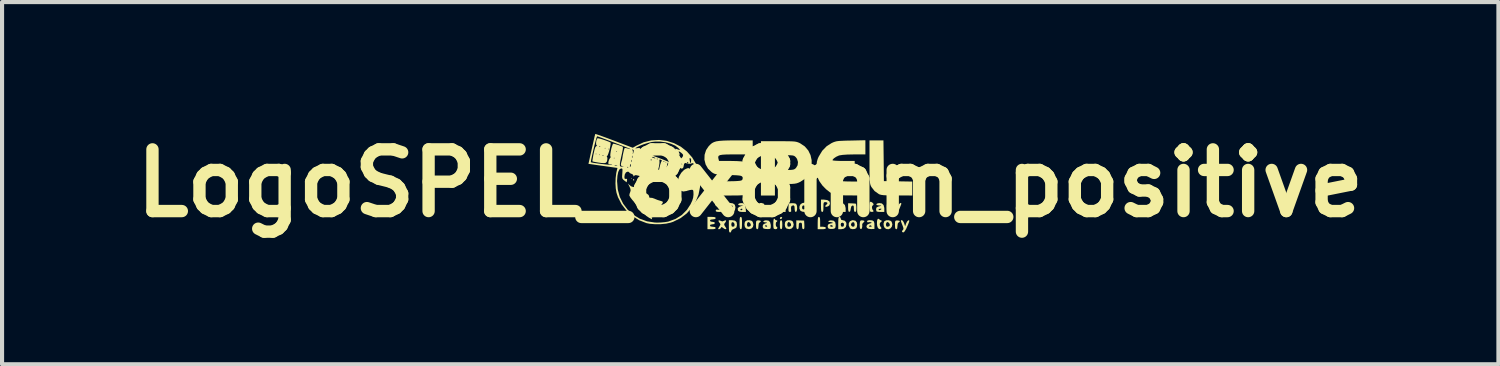
<source format=kicad_pcb>
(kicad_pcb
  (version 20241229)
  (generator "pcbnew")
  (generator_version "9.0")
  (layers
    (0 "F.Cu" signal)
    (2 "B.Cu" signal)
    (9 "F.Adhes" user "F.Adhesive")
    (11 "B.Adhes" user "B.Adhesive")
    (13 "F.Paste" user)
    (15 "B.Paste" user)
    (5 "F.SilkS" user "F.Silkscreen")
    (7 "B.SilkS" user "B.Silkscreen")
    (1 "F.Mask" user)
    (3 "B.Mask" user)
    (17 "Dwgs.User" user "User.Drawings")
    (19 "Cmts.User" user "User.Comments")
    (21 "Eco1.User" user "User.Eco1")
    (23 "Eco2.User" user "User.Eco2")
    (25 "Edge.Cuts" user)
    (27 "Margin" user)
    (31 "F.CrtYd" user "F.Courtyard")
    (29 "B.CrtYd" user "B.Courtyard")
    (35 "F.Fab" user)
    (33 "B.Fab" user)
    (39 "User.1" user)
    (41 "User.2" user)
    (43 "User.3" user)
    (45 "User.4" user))
  (footprint "LogoSPEL_8x8mm_positive"
    (layer "F.Cu")
    (at 15.193 1.404)
    (property "Reference" "LogoSPEL_8x8mm_positive" (at 0 0 0) (layer "F.SilkS") (effects (font (size 1.5 1.5) (thickness 0.3))))
    (attr board_only exclude_from_pos_files exclude_from_bom)
    (fp_poly (pts (xy -2.88 -0.11) (xy -2.89 -0.1) (xy -2.9 -0.11) (xy -2.89 -0.12)) (stroke (width 0) (type solid)) (fill yes) (layer "F.SilkS"))
    (fp_poly (pts (xy -2.42 -0.85) (xy -2.43 -0.84) (xy -2.44 -0.85) (xy -2.43 -0.86)) (stroke (width 0) (type solid)) (fill yes) (layer "F.SilkS"))
    (fp_poly (pts (xy -1.78 -0.55) (xy -1.79 -0.54) (xy -1.8 -0.55) (xy -1.79 -0.56)) (stroke (width 0) (type solid)) (fill yes) (layer "F.SilkS"))
    (fp_poly (pts (xy -1.76 -0.63) (xy -1.77 -0.62) (xy -1.78 -0.63) (xy -1.77 -0.64)) (stroke (width 0) (type solid)) (fill yes) (layer "F.SilkS"))
    (fp_poly (pts (xy 0.775 0.832) (xy 0.775 0.844) (xy 0.756 0.87) (xy 0.732 0.874) (xy 0.72 0.852) (xy 0.736 0.824) (xy 0.752 0.82)) (stroke (width 0) (type solid)) (fill yes) (layer "F.SilkS"))
    (fp_poly (pts (xy -2.821 -0.085) (xy -2.82 -0.08) (xy -2.827 -0.061) (xy -2.829 -0.06) (xy -2.846 -0.074) (xy -2.85 -0.08) (xy -2.848 -0.098) (xy -2.841 -0.1)) (stroke (width 0) (type solid)) (fill yes) (layer "F.SilkS"))
    (fp_poly (pts (xy -2.721 -0.025) (xy -2.72 -0.02) (xy -2.727 -0.001) (xy -2.729 0) (xy -2.746 -0.014) (xy -2.75 -0.02) (xy -2.748 -0.038) (xy -2.741 -0.04)) (stroke (width 0) (type solid)) (fill yes) (layer "F.SilkS"))
    (fp_poly (pts (xy -2.461 -0.805) (xy -2.46 -0.8) (xy -2.476 -0.782) (xy -2.491 -0.78) (xy -2.512 -0.79) (xy -2.51 -0.8) (xy -2.484 -0.819) (xy -2.479 -0.82)) (stroke (width 0) (type solid)) (fill yes) (layer "F.SilkS"))
    (fp_poly (pts (xy 0.768 0.91) (xy 0.777 0.945) (xy 0.78 1.01) (xy 0.777 1.076) (xy 0.768 1.11) (xy 0.75 1.12) (xy 0.732 1.11) (xy 0.723 1.075) (xy 0.72 1.01) (xy 0.723 0.944) (xy 0.732 0.91) (xy 0.75 0.9)) (stroke (width 0) (type solid)) (fill yes) (layer "F.SilkS"))
    (fp_poly (pts (xy -2.274 -0.776) (xy -2.246 -0.749) (xy -2.24 -0.732) (xy -2.257 -0.705) (xy -2.28 -0.694) (xy -2.308 -0.692) (xy -2.311 -0.715) (xy -2.308 -0.732) (xy -2.306 -0.771) (xy -2.321 -0.78) (xy -2.338 -0.787) (xy -2.335 -0.792) (xy -2.31 -0.793)) (stroke (width 0) (type solid)) (fill yes) (layer "F.SilkS"))
    (fp_poly (pts (xy 2.025 0.405) (xy 2.041 0.43) (xy 2.051 0.492) (xy 2.056 0.557) (xy 2.058 0.633) (xy 2.054 0.677) (xy 2.044 0.696) (xy 2.031 0.7) (xy 2.015 0.693) (xy 2.005 0.666) (xy 2.001 0.613) (xy 2 0.548) (xy 2.002 0.467) (xy 2.008 0.421) (xy 2.019 0.405)) (stroke (width 0) (type solid)) (fill yes) (layer "F.SilkS"))
    (fp_poly (pts (xy -0.214 0.828) (xy -0.205 0.856) (xy -0.201 0.912) (xy -0.2 0.97) (xy -0.202 1.049) (xy -0.207 1.096) (xy -0.218 1.117) (xy -0.23 1.12) (xy -0.246 1.112) (xy -0.255 1.084) (xy -0.259 1.028) (xy -0.26 0.97) (xy -0.258 0.891) (xy -0.253 0.844) (xy -0.242 0.823) (xy -0.23 0.82)) (stroke (width 0) (type solid)) (fill yes) (layer "F.SilkS"))
    (fp_poly (pts (xy 0.245 0.911) (xy 0.26 0.927) (xy 0.241 0.948) (xy 0.23 0.953) (xy 0.207 0.982) (xy 0.2 1.042) (xy 0.195 1.097) (xy 0.178 1.119) (xy 0.17 1.12) (xy 0.152 1.11) (xy 0.142 1.075) (xy 0.14 1.013) (xy 0.141 0.951) (xy 0.148 0.919) (xy 0.167 0.907) (xy 0.2 0.904)) (stroke (width 0) (type solid)) (fill yes) (layer "F.SilkS"))
    (fp_poly (pts (xy 3.625 0.913) (xy 3.639 0.93) (xy 3.619 0.949) (xy 3.61 0.953) (xy 3.587 0.982) (xy 3.58 1.042) (xy 3.575 1.097) (xy 3.558 1.119) (xy 3.55 1.12) (xy 3.532 1.11) (xy 3.522 1.074) (xy 3.52 1.013) (xy 3.521 0.952) (xy 3.528 0.92) (xy 3.547 0.908) (xy 3.58 0.907)) (stroke (width 0) (type solid)) (fill yes) (layer "F.SilkS"))
    (fp_poly (pts (xy 2.724 0.904) (xy 2.769 0.912) (xy 2.777 0.931) (xy 2.751 0.959) (xy 2.727 0.986) (xy 2.723 0.997) (xy 2.724 1.056) (xy 2.714 1.099) (xy 2.696 1.118) (xy 2.674 1.106) (xy 2.67 1.1) (xy 2.664 1.07) (xy 2.662 1.016) (xy 2.663 0.992) (xy 2.668 0.937) (xy 2.68 0.911) (xy 2.706 0.904)) (stroke (width 0) (type solid)) (fill yes) (layer "F.SilkS"))
    (fp_poly (pts (xy 3.37 0.488) (xy 3.418 0.499) (xy 3.435 0.514) (xy 3.415 0.531) (xy 3.413 0.532) (xy 3.388 0.559) (xy 3.38 0.619) (xy 3.38 0.622) (xy 3.375 0.677) (xy 3.358 0.699) (xy 3.35 0.7) (xy 3.332 0.69) (xy 3.323 0.655) (xy 3.32 0.591) (xy 3.321 0.529) (xy 3.328 0.497) (xy 3.344 0.487)) (stroke (width 0) (type solid)) (fill yes) (layer "F.SilkS"))
    (fp_poly (pts (xy 1.687 0.829) (xy 1.697 0.862) (xy 1.7 0.926) (xy 1.7 0.94) (xy 1.7 1.06) (xy 1.77 1.06) (xy 1.822 1.067) (xy 1.84 1.087) (xy 1.84 1.09) (xy 1.829 1.109) (xy 1.792 1.118) (xy 1.74 1.12) (xy 1.64 1.12) (xy 1.64 0.97) (xy 1.642 0.891) (xy 1.647 0.844) (xy 1.658 0.823) (xy 1.67 0.82)) (stroke (width 0) (type solid)) (fill yes) (layer "F.SilkS"))
    (fp_poly (pts (xy -2.036 -0.906) (xy -1.993 -0.873) (xy -1.97 -0.817) (xy -1.969 -0.813) (xy -1.975 -0.768) (xy -2.007 -0.727) (xy -2.029 -0.71) (xy -2.084 -0.672) (xy -2.118 -0.665) (xy -2.136 -0.691) (xy -2.144 -0.745) (xy -2.154 -0.805) (xy -2.176 -0.839) (xy -2.195 -0.85) (xy -2.234 -0.873) (xy -2.233 -0.889) (xy -2.194 -0.896) (xy -2.185 -0.896) (xy -2.127 -0.899) (xy -2.089 -0.907)) (stroke (width 0) (type solid)) (fill yes) (layer "F.SilkS"))
    (fp_poly (pts (xy 3.135 0.876) (xy 3.16 0.898) (xy 3.172 0.9) (xy 3.197 0.912) (xy 3.194 0.934) (xy 3.177 0.944) (xy 3.153 0.97) (xy 3.148 1.012) (xy 3.163 1.052) (xy 3.17 1.06) (xy 3.19 1.088) (xy 3.189 1.102) (xy 3.159 1.12) (xy 3.123 1.108) (xy 3.101 1.081) (xy 3.086 1.034) (xy 3.081 0.973) (xy 3.084 0.915) (xy 3.097 0.875) (xy 3.104 0.868) (xy 3.129 0.867)) (stroke (width 0) (type solid)) (fill yes) (layer "F.SilkS"))
    (fp_poly (pts (xy 2.97 0.472) (xy 2.995 0.5) (xy 3 0.515) (xy 2.987 0.538) (xy 2.98 0.54) (xy 2.965 0.557) (xy 2.96 0.589) (xy 2.967 0.631) (xy 2.98 0.65) (xy 2.999 0.676) (xy 3 0.681) (xy 2.984 0.696) (xy 2.95 0.699) (xy 2.918 0.69) (xy 2.913 0.687) (xy 2.906 0.66) (xy 2.901 0.608) (xy 2.9 0.547) (xy 2.903 0.492) (xy 2.91 0.458) (xy 2.912 0.455) (xy 2.937 0.453)) (stroke (width 0) (type solid)) (fill yes) (layer "F.SilkS"))
    (fp_poly (pts (xy 0.113 0.493) (xy 0.12 0.51) (xy 0.103 0.534) (xy 0.069 0.54) (xy 0.023 0.553) (xy 0.004 0.584) (xy 0.017 0.62) (xy 0.031 0.633) (xy 0.071 0.651) (xy 0.094 0.651) (xy 0.117 0.658) (xy 0.12 0.671) (xy 0.104 0.692) (xy 0.065 0.7) (xy 0.017 0.693) (xy -0.023 0.673) (xy -0.029 0.669) (xy -0.057 0.616) (xy -0.052 0.558) (xy -0.016 0.512) (xy -0.016 0.511) (xy 0.034 0.487) (xy 0.081 0.481)) (stroke (width 0) (type solid)) (fill yes) (layer "F.SilkS"))
    (fp_poly (pts (xy 1.215 0.907) (xy 1.31 0.91) (xy 1.316 1.015) (xy 1.317 1.078) (xy 1.31 1.11) (xy 1.293 1.12) (xy 1.291 1.12) (xy 1.27 1.108) (xy 1.261 1.067) (xy 1.26 1.04) (xy 1.257 0.988) (xy 1.243 0.965) (xy 1.22 0.96) (xy 1.194 0.967) (xy 1.182 0.994) (xy 1.18 1.04) (xy 1.175 1.096) (xy 1.159 1.119) (xy 1.15 1.12) (xy 1.132 1.11) (xy 1.122 1.075) (xy 1.12 1.012) (xy 1.12 0.904)) (stroke (width 0) (type solid)) (fill yes) (layer "F.SilkS"))
    (fp_poly (pts (xy 0.599 0.875) (xy 0.6 0.88) (xy 0.616 0.898) (xy 0.63 0.9) (xy 0.657 0.911) (xy 0.66 0.92) (xy 0.645 0.939) (xy 0.64 0.94) (xy 0.626 0.957) (xy 0.62 0.999) (xy 0.62 1) (xy 0.626 1.042) (xy 0.64 1.06) (xy 0.64 1.06) (xy 0.658 1.076) (xy 0.66 1.09) (xy 0.644 1.113) (xy 0.61 1.12) (xy 0.576 1.109) (xy 0.573 1.107) (xy 0.565 1.08) (xy 0.561 1.03) (xy 0.561 0.97) (xy 0.564 0.913) (xy 0.572 0.872) (xy 0.58 0.86)) (stroke (width 0) (type solid)) (fill yes) (layer "F.SilkS"))
    (fp_poly (pts (xy 2.465 0.491) (xy 2.521 0.494) (xy 2.559 0.497) (xy 2.565 0.497) (xy 2.574 0.517) (xy 2.579 0.564) (xy 2.58 0.6) (xy 2.577 0.663) (xy 2.566 0.694) (xy 2.55 0.7) (xy 2.529 0.687) (xy 2.521 0.644) (xy 2.52 0.619) (xy 2.517 0.566) (xy 2.505 0.545) (xy 2.485 0.544) (xy 2.458 0.565) (xy 2.444 0.619) (xy 2.444 0.625) (xy 2.432 0.681) (xy 2.409 0.7) (xy 2.409 0.7) (xy 2.391 0.689) (xy 2.382 0.65) (xy 2.38 0.594) (xy 2.38 0.488)) (stroke (width 0) (type solid)) (fill yes) (layer "F.SilkS"))
    (fp_poly (pts (xy 0.035 0.916) (xy 0.059 0.939) (xy 0.078 1.006) (xy 0.065 1.064) (xy 0.027 1.104) (xy -0.029 1.12) (xy -0.095 1.104) (xy -0.105 1.098) (xy -0.13 1.064) (xy -0.14 1.011) (xy -0.08 1.011) (xy -0.07 1.05) (xy -0.039 1.06) (xy -0.001 1.046) (xy 0.013 1.028) (xy 0.011 0.993) (xy -0.012 0.961) (xy -0.042 0.945) (xy -0.058 0.949) (xy -0.075 0.977) (xy -0.08 1.011) (xy -0.14 1.011) (xy -0.14 1.01) (xy -0.134 0.956) (xy -0.116 0.924) (xy -0.073 0.903) (xy -0.016 0.901)) (stroke (width 0) (type solid)) (fill yes) (layer "F.SilkS"))
    (fp_poly (pts (xy 1.015 0.916) (xy 1.039 0.939) (xy 1.057 1.005) (xy 1.043 1.062) (xy 1.005 1.103) (xy 0.949 1.119) (xy 0.884 1.103) (xy 0.875 1.098) (xy 0.85 1.064) (xy 0.84 1.011) (xy 0.9 1.011) (xy 0.91 1.05) (xy 0.941 1.06) (xy 0.979 1.046) (xy 0.993 1.028) (xy 0.991 0.993) (xy 0.968 0.961) (xy 0.938 0.945) (xy 0.922 0.949) (xy 0.905 0.977) (xy 0.9 1.011) (xy 0.84 1.011) (xy 0.84 1.01) (xy 0.846 0.956) (xy 0.864 0.924) (xy 0.907 0.903) (xy 0.964 0.901)) (stroke (width 0) (type solid)) (fill yes) (layer "F.SilkS"))
    (fp_poly (pts (xy 1.068 0.489) (xy 1.109 0.5) (xy 1.114 0.503) (xy 1.132 0.536) (xy 1.14 0.585) (xy 1.139 0.639) (xy 1.129 0.682) (xy 1.111 0.7) (xy 1.11 0.7) (xy 1.089 0.687) (xy 1.081 0.643) (xy 1.08 0.62) (xy 1.076 0.567) (xy 1.063 0.544) (xy 1.042 0.54) (xy 1.003 0.555) (xy 0.99 0.6) (xy 0.994 0.646) (xy 0.996 0.686) (xy 0.977 0.699) (xy 0.965 0.7) (xy 0.942 0.695) (xy 0.931 0.674) (xy 0.929 0.628) (xy 0.93 0.596) (xy 0.934 0.492) (xy 1.011 0.487)) (stroke (width 0) (type solid)) (fill yes) (layer "F.SilkS"))
    (fp_poly (pts (xy 2.194 0.837) (xy 2.2 0.86) (xy 2.213 0.892) (xy 2.246 0.9) (xy 2.303 0.915) (xy 2.335 0.961) (xy 2.34 1.003) (xy 2.324 1.067) (xy 2.277 1.107) (xy 2.209 1.12) (xy 2.14 1.12) (xy 2.14 1.01) (xy 2.2 1.01) (xy 2.209 1.049) (xy 2.24 1.06) (xy 2.271 1.048) (xy 2.28 1.01) (xy 2.271 0.971) (xy 2.24 0.96) (xy 2.209 0.972) (xy 2.2 1.01) (xy 2.14 1.01) (xy 2.14 0.97) (xy 2.142 0.891) (xy 2.147 0.844) (xy 2.158 0.823) (xy 2.17 0.82)) (stroke (width 0) (type solid)) (fill yes) (layer "F.SilkS"))
    (fp_poly (pts (xy 2.558 0.913) (xy 2.592 0.953) (xy 2.6 1.01) (xy 2.593 1.062) (xy 2.576 1.096) (xy 2.535 1.115) (xy 2.482 1.118) (xy 2.436 1.105) (xy 2.426 1.095) (xy 2.396 1.033) (xy 2.396 1.003) (xy 2.449 1.003) (xy 2.46 1.04) (xy 2.496 1.06) (xy 2.502 1.06) (xy 2.532 1.047) (xy 2.54 1.011) (xy 2.53 0.963) (xy 2.503 0.946) (xy 2.468 0.964) (xy 2.467 0.964) (xy 2.449 1.003) (xy 2.396 1.003) (xy 2.397 0.973) (xy 2.425 0.926) (xy 2.477 0.902) (xy 2.496 0.9)) (stroke (width 0) (type solid)) (fill yes) (layer "F.SilkS"))
    (fp_poly (pts (xy 3.245 -0.545) (xy 3.25 -0.05) (xy 3.595 -0.045) (xy 3.94 -0.039) (xy 3.94 0.13) (xy 3.94 0.3) (xy 3.565 0.299) (xy 3.425 0.298) (xy 3.32 0.296) (xy 3.243 0.292) (xy 3.188 0.285) (xy 3.15 0.275) (xy 3.13 0.267) (xy 3.023 0.191) (xy 2.946 0.092) (xy 2.938 0.076) (xy 2.926 0.05) (xy 2.917 0.02) (xy 2.911 -0.019) (xy 2.906 -0.072) (xy 2.903 -0.146) (xy 2.901 -0.244) (xy 2.9 -0.372) (xy 2.9 -0.519) (xy 2.9 -1.04) (xy 3.07 -1.04) (xy 3.239 -1.04)) (stroke (width 0) (type solid)) (fill yes) (layer "F.SilkS"))
    (fp_poly (pts (xy 3.415 0.916) (xy 3.439 0.939) (xy 3.456 1.001) (xy 3.444 1.056) (xy 3.411 1.098) (xy 3.364 1.12) (xy 3.311 1.115) (xy 3.271 1.089) (xy 3.247 1.042) (xy 3.244 1.011) (xy 3.3 1.011) (xy 3.31 1.05) (xy 3.341 1.06) (xy 3.379 1.046) (xy 3.393 1.028) (xy 3.391 0.993) (xy 3.368 0.961) (xy 3.338 0.945) (xy 3.322 0.949) (xy 3.305 0.977) (xy 3.3 1.011) (xy 3.244 1.011) (xy 3.241 0.983) (xy 3.257 0.933) (xy 3.264 0.924) (xy 3.307 0.903) (xy 3.364 0.901)) (stroke (width 0) (type solid)) (fill yes) (layer "F.SilkS"))
    (fp_poly (pts (xy 1.874 0.411) (xy 1.924 0.442) (xy 1.94 0.491) (xy 1.923 0.54) (xy 1.89 0.564) (xy 1.846 0.576) (xy 1.823 0.568) (xy 1.828 0.546) (xy 1.845 0.531) (xy 1.876 0.497) (xy 1.871 0.471) (xy 1.832 0.46) (xy 1.83 0.46) (xy 1.802 0.463) (xy 1.787 0.476) (xy 1.781 0.511) (xy 1.78 0.576) (xy 1.78 0.58) (xy 1.778 0.65) (xy 1.77 0.687) (xy 1.754 0.7) (xy 1.75 0.7) (xy 1.734 0.692) (xy 1.725 0.664) (xy 1.721 0.608) (xy 1.72 0.55) (xy 1.72 0.4) (xy 1.791 0.4)) (stroke (width 0) (type solid)) (fill yes) (layer "F.SilkS"))
    (fp_poly (pts (xy 3.712 0.917) (xy 3.736 0.96) (xy 3.742 0.975) (xy 3.766 1.05) (xy 3.79 0.98) (xy 3.814 0.932) (xy 3.842 0.905) (xy 3.847 0.903) (xy 3.864 0.904) (xy 3.868 0.919) (xy 3.857 0.957) (xy 3.839 1.003) (xy 3.793 1.108) (xy 3.754 1.174) (xy 3.721 1.2) (xy 3.694 1.186) (xy 3.691 1.182) (xy 3.695 1.157) (xy 3.709 1.141) (xy 3.724 1.121) (xy 3.725 1.093) (xy 3.709 1.044) (xy 3.699 1.018) (xy 3.674 0.954) (xy 3.663 0.919) (xy 3.665 0.904) (xy 3.68 0.9) (xy 3.688 0.9)) (stroke (width 0) (type solid)) (fill yes) (layer "F.SilkS"))
    (fp_poly (pts (xy -0.17 0.487) (xy -0.135 0.512) (xy -0.116 0.565) (xy -0.111 0.606) (xy -0.104 0.7) (xy -0.191 0.7) (xy -0.255 0.694) (xy -0.291 0.674) (xy -0.298 0.664) (xy -0.302 0.64) (xy -0.24 0.64) (xy -0.226 0.659) (xy -0.221 0.66) (xy -0.194 0.645) (xy -0.19 0.64) (xy -0.195 0.623) (xy -0.209 0.62) (xy -0.236 0.63) (xy -0.24 0.64) (xy -0.302 0.64) (xy -0.306 0.617) (xy -0.276 0.581) (xy -0.228 0.561) (xy -0.17 0.543) (xy -0.237 0.542) (xy -0.283 0.533) (xy -0.295 0.514) (xy -0.274 0.495) (xy -0.228 0.485)) (stroke (width 0) (type solid)) (fill yes) (layer "F.SilkS"))
    (fp_poly (pts (xy 1.386 0.408) (xy 1.395 0.436) (xy 1.399 0.492) (xy 1.4 0.55) (xy 1.4 0.7) (xy 1.322 0.7) (xy 1.263 0.692) (xy 1.222 0.672) (xy 1.22 0.67) (xy 1.195 0.615) (xy 1.197 0.59) (xy 1.26 0.59) (xy 1.269 0.629) (xy 1.3 0.64) (xy 1.331 0.628) (xy 1.34 0.59) (xy 1.331 0.551) (xy 1.3 0.54) (xy 1.269 0.552) (xy 1.26 0.59) (xy 1.197 0.59) (xy 1.199 0.558) (xy 1.226 0.509) (xy 1.273 0.482) (xy 1.292 0.48) (xy 1.33 0.47) (xy 1.34 0.44) (xy 1.353 0.407) (xy 1.37 0.4)) (stroke (width 0) (type solid)) (fill yes) (layer "F.SilkS"))
    (fp_poly (pts (xy 3.675 0.493) (xy 3.674 0.505) (xy 3.661 0.538) (xy 3.64 0.592) (xy 3.629 0.62) (xy 3.602 0.682) (xy 3.574 0.732) (xy 3.564 0.745) (xy 3.53 0.774) (xy 3.506 0.778) (xy 3.5 0.764) (xy 3.512 0.737) (xy 3.521 0.727) (xy 3.528 0.697) (xy 3.515 0.641) (xy 3.501 0.602) (xy 3.475 0.537) (xy 3.464 0.5) (xy 3.465 0.484) (xy 3.478 0.48) (xy 3.488 0.48) (xy 3.512 0.497) (xy 3.536 0.54) (xy 3.542 0.555) (xy 3.567 0.63) (xy 3.596 0.555) (xy 3.621 0.508) (xy 3.648 0.482) (xy 3.655 0.48)) (stroke (width 0) (type solid)) (fill yes) (layer "F.SilkS"))
    (fp_poly (pts (xy -0.877 0.823) (xy -0.846 0.834) (xy -0.84 0.85) (xy -0.855 0.872) (xy -0.904 0.88) (xy -0.91 0.88) (xy -0.962 0.887) (xy -0.98 0.907) (xy -0.98 0.91) (xy -0.962 0.934) (xy -0.92 0.94) (xy -0.872 0.949) (xy -0.86 0.97) (xy -0.878 0.994) (xy -0.92 1) (xy -0.968 1.009) (xy -0.98 1.03) (xy -0.965 1.052) (xy -0.916 1.06) (xy -0.91 1.06) (xy -0.858 1.067) (xy -0.84 1.087) (xy -0.84 1.09) (xy -0.851 1.109) (xy -0.888 1.118) (xy -0.94 1.12) (xy -1.04 1.12) (xy -1.04 0.97) (xy -1.04 0.82) (xy -0.94 0.82)) (stroke (width 0) (type solid)) (fill yes) (layer "F.SilkS"))
    (fp_poly (pts (xy -0.586 0.915) (xy -0.6 0.948) (xy -0.609 0.959) (xy -0.633 0.991) (xy -0.631 1.018) (xy -0.613 1.049) (xy -0.589 1.088) (xy -0.58 1.109) (xy -0.594 1.12) (xy -0.626 1.112) (xy -0.663 1.087) (xy -0.691 1.066) (xy -0.705 1.072) (xy -0.712 1.087) (xy -0.732 1.11) (xy -0.76 1.121) (xy -0.779 1.115) (xy -0.78 1.109) (xy -0.77 1.087) (xy -0.747 1.049) (xy -0.726 1.011) (xy -0.731 0.984) (xy -0.751 0.959) (xy -0.773 0.922) (xy -0.765 0.902) (xy -0.731 0.909) (xy -0.719 0.916) (xy -0.678 0.93) (xy -0.641 0.916) (xy -0.601 0.901)) (stroke (width 0) (type solid)) (fill yes) (layer "F.SilkS"))
    (fp_poly (pts (xy -0.422 0.491) (xy -0.376 0.523) (xy -0.36 0.581) (xy -0.36 0.587) (xy -0.372 0.655) (xy -0.409 0.692) (xy -0.454 0.7) (xy -0.491 0.711) (xy -0.5 0.74) (xy -0.513 0.773) (xy -0.53 0.78) (xy -0.546 0.772) (xy -0.555 0.744) (xy -0.559 0.688) (xy -0.56 0.63) (xy -0.56 0.587) (xy -0.5 0.587) (xy -0.495 0.628) (xy -0.488 0.645) (xy -0.46 0.652) (xy -0.434 0.631) (xy -0.42 0.592) (xy -0.42 0.588) (xy -0.43 0.55) (xy -0.46 0.54) (xy -0.492 0.553) (xy -0.5 0.587) (xy -0.56 0.587) (xy -0.56 0.48) (xy -0.499 0.48)) (stroke (width 0) (type solid)) (fill yes) (layer "F.SilkS"))
    (fp_poly (pts (xy -0.372 0.911) (xy -0.333 0.945) (xy -0.322 1.006) (xy -0.324 1.024) (xy -0.335 1.073) (xy -0.366 1.099) (xy -0.395 1.109) (xy -0.446 1.135) (xy -0.46 1.164) (xy -0.474 1.194) (xy -0.49 1.2) (xy -0.506 1.192) (xy -0.515 1.164) (xy -0.519 1.108) (xy -0.52 1.05) (xy -0.52 1.013) (xy -0.46 1.013) (xy -0.449 1.051) (xy -0.42 1.06) (xy -0.388 1.048) (xy -0.38 1.012) (xy -0.391 0.972) (xy -0.417 0.949) (xy -0.446 0.953) (xy -0.448 0.955) (xy -0.457 0.982) (xy -0.46 1.013) (xy -0.52 1.013) (xy -0.52 0.9) (xy -0.442 0.9)) (stroke (width 0) (type solid)) (fill yes) (layer "F.SilkS"))
    (fp_poly (pts (xy 0.801 0.488) (xy 0.842 0.524) (xy 0.859 0.592) (xy 0.86 0.611) (xy 0.86 0.7) (xy 0.782 0.7) (xy 0.723 0.692) (xy 0.683 0.673) (xy 0.68 0.67) (xy 0.669 0.64) (xy 0.73 0.64) (xy 0.755 0.659) (xy 0.76 0.66) (xy 0.786 0.646) (xy 0.79 0.64) (xy 0.784 0.624) (xy 0.76 0.62) (xy 0.732 0.628) (xy 0.73 0.64) (xy 0.669 0.64) (xy 0.664 0.628) (xy 0.685 0.591) (xy 0.742 0.563) (xy 0.744 0.563) (xy 0.81 0.544) (xy 0.743 0.542) (xy 0.697 0.532) (xy 0.685 0.512) (xy 0.706 0.491) (xy 0.736 0.484)) (stroke (width 0) (type solid)) (fill yes) (layer "F.SilkS"))
    (fp_poly (pts (xy 2.259 0.492) (xy 2.302 0.532) (xy 2.319 0.603) (xy 2.32 0.621) (xy 2.32 0.7) (xy 2.233 0.7) (xy 2.177 0.697) (xy 2.14 0.69) (xy 2.133 0.687) (xy 2.123 0.658) (xy 2.121 0.64) (xy 2.18 0.64) (xy 2.193 0.659) (xy 2.229 0.647) (xy 2.24 0.64) (xy 2.256 0.625) (xy 2.236 0.621) (xy 2.225 0.62) (xy 2.19 0.628) (xy 2.18 0.64) (xy 2.121 0.64) (xy 2.12 0.629) (xy 2.134 0.587) (xy 2.179 0.564) (xy 2.227 0.557) (xy 2.242 0.553) (xy 2.219 0.545) (xy 2.204 0.542) (xy 2.153 0.526) (xy 2.136 0.507) (xy 2.156 0.491) (xy 2.192 0.484)) (stroke (width 0) (type solid)) (fill yes) (layer "F.SilkS"))
    (fp_poly (pts (xy 2.966 0.905) (xy 3.003 0.926) (xy 3.018 0.971) (xy 3.02 1.019) (xy 3.02 1.113) (xy 2.942 1.116) (xy 2.875 1.109) (xy 2.838 1.088) (xy 2.827 1.054) (xy 2.886 1.054) (xy 2.91 1.06) (xy 2.92 1.06) (xy 2.952 1.056) (xy 2.949 1.041) (xy 2.944 1.036) (xy 2.917 1.022) (xy 2.896 1.036) (xy 2.886 1.054) (xy 2.827 1.054) (xy 2.825 1.047) (xy 2.845 1.01) (xy 2.894 0.984) (xy 2.912 0.98) (xy 2.949 0.968) (xy 2.946 0.954) (xy 2.945 0.953) (xy 2.906 0.946) (xy 2.88 0.95) (xy 2.847 0.951) (xy 2.84 0.931) (xy 2.856 0.907) (xy 2.898 0.9)) (stroke (width 0) (type solid)) (fill yes) (layer "F.SilkS"))
    (fp_poly (pts (xy 3.2 0.493) (xy 3.242 0.533) (xy 3.26 0.604) (xy 3.26 0.621) (xy 3.26 0.7) (xy 3.173 0.7) (xy 3.117 0.697) (xy 3.08 0.69) (xy 3.073 0.687) (xy 3.063 0.658) (xy 3.061 0.64) (xy 3.12 0.64) (xy 3.133 0.659) (xy 3.169 0.647) (xy 3.18 0.64) (xy 3.196 0.625) (xy 3.176 0.621) (xy 3.165 0.62) (xy 3.13 0.628) (xy 3.12 0.64) (xy 3.061 0.64) (xy 3.06 0.627) (xy 3.072 0.589) (xy 3.114 0.569) (xy 3.115 0.569) (xy 3.171 0.555) (xy 3.189 0.547) (xy 3.17 0.543) (xy 3.133 0.542) (xy 3.081 0.533) (xy 3.064 0.515) (xy 3.083 0.496) (xy 3.134 0.484)) (stroke (width 0) (type solid)) (fill yes) (layer "F.SilkS"))
    (fp_poly (pts (xy -0.694 0.407) (xy -0.65 0.425) (xy -0.644 0.443) (xy -0.676 0.458) (xy -0.713 0.464) (xy -0.764 0.474) (xy -0.792 0.492) (xy -0.795 0.509) (xy -0.766 0.519) (xy -0.75 0.52) (xy -0.68 0.532) (xy -0.634 0.565) (xy -0.62 0.607) (xy -0.632 0.659) (xy -0.673 0.689) (xy -0.745 0.7) (xy -0.754 0.7) (xy -0.811 0.696) (xy -0.836 0.683) (xy -0.84 0.668) (xy -0.83 0.645) (xy -0.793 0.644) (xy -0.786 0.646) (xy -0.722 0.649) (xy -0.686 0.63) (xy -0.68 0.608) (xy -0.698 0.587) (xy -0.748 0.58) (xy -0.812 0.567) (xy -0.85 0.535) (xy -0.857 0.491) (xy -0.831 0.446) (xy -0.798 0.423) (xy -0.731 0.404)) (stroke (width 0) (type solid)) (fill yes) (layer "F.SilkS"))
    (fp_poly (pts (xy 0.325 0.496) (xy 0.356 0.541) (xy 0.36 0.574) (xy 0.354 0.605) (xy 0.33 0.618) (xy 0.285 0.621) (xy 0.24 0.623) (xy 0.23 0.63) (xy 0.245 0.642) (xy 0.29 0.656) (xy 0.313 0.656) (xy 0.346 0.663) (xy 0.355 0.675) (xy 0.346 0.693) (xy 0.311 0.7) (xy 0.265 0.697) (xy 0.219 0.686) (xy 0.191 0.669) (xy 0.163 0.617) (xy 0.165 0.56) (xy 0.168 0.556) (xy 0.22 0.556) (xy 0.237 0.57) (xy 0.26 0.575) (xy 0.292 0.569) (xy 0.3 0.559) (xy 0.283 0.544) (xy 0.26 0.54) (xy 0.227 0.547) (xy 0.22 0.556) (xy 0.168 0.556) (xy 0.193 0.512) (xy 0.242 0.483) (xy 0.267 0.48)) (stroke (width 0) (type solid)) (fill yes) (layer "F.SilkS"))
    (fp_poly (pts (xy 0.443 0.91) (xy 0.482 0.946) (xy 0.499 1.014) (xy 0.5 1.041) (xy 0.497 1.09) (xy 0.482 1.111) (xy 0.442 1.116) (xy 0.424 1.116) (xy 0.367 1.113) (xy 0.326 1.104) (xy 0.322 1.101) (xy 0.305 1.071) (xy 0.303 1.04) (xy 0.36 1.04) (xy 0.376 1.058) (xy 0.391 1.06) (xy 0.412 1.05) (xy 0.41 1.04) (xy 0.384 1.021) (xy 0.379 1.02) (xy 0.361 1.035) (xy 0.36 1.04) (xy 0.303 1.04) (xy 0.303 1.038) (xy 0.323 0.998) (xy 0.37 0.977) (xy 0.407 0.967) (xy 0.404 0.958) (xy 0.362 0.952) (xy 0.355 0.952) (xy 0.321 0.943) (xy 0.319 0.926) (xy 0.346 0.91) (xy 0.379 0.903)) (stroke (width 0) (type solid)) (fill yes) (layer "F.SilkS"))
    (fp_poly (pts (xy 2.79 0.497) (xy 2.828 0.54) (xy 2.84 0.581) (xy 2.832 0.608) (xy 2.801 0.619) (xy 2.765 0.621) (xy 2.72 0.623) (xy 2.71 0.63) (xy 2.725 0.642) (xy 2.768 0.656) (xy 2.789 0.656) (xy 2.818 0.662) (xy 2.824 0.67) (xy 2.812 0.686) (xy 2.776 0.694) (xy 2.729 0.694) (xy 2.686 0.684) (xy 2.675 0.679) (xy 2.645 0.641) (xy 2.64 0.59) (xy 2.65 0.56) (xy 2.7 0.56) (xy 2.717 0.576) (xy 2.74 0.58) (xy 2.772 0.572) (xy 2.78 0.56) (xy 2.763 0.544) (xy 2.74 0.54) (xy 2.708 0.548) (xy 2.7 0.56) (xy 2.65 0.56) (xy 2.657 0.537) (xy 2.692 0.496) (xy 2.74 0.48)) (stroke (width 0) (type solid)) (fill yes) (layer "F.SilkS"))
    (fp_poly (pts (xy 2.028 0.912) (xy 2.066 0.949) (xy 2.078 1.017) (xy 2.076 1.044) (xy 2.067 1.087) (xy 2.042 1.106) (xy 2 1.113) (xy 1.945 1.113) (xy 1.905 1.104) (xy 1.903 1.102) (xy 1.885 1.071) (xy 1.883 1.04) (xy 1.94 1.04) (xy 1.957 1.056) (xy 1.981 1.06) (xy 2.009 1.052) (xy 2.01 1.04) (xy 1.981 1.022) (xy 1.969 1.02) (xy 1.943 1.031) (xy 1.94 1.04) (xy 1.883 1.04) (xy 1.883 1.038) (xy 1.898 1.002) (xy 1.936 0.984) (xy 1.96 0.979) (xy 2.003 0.971) (xy 2.01 0.963) (xy 1.987 0.953) (xy 1.944 0.944) (xy 1.924 0.944) (xy 1.9 0.935) (xy 1.897 0.93) (xy 1.91 0.916) (xy 1.95 0.905) (xy 1.964 0.904)) (stroke (width 0) (type solid)) (fill yes) (layer "F.SilkS"))
    (fp_poly (pts (xy 0.827 -1.02) (xy 0.935 -1.019) (xy 1.015 -1.017) (xy 1.074 -1.013) (xy 1.118 -1.006) (xy 1.153 -0.996) (xy 1.186 -0.983) (xy 1.216 -0.968) (xy 1.327 -0.893) (xy 1.411 -0.795) (xy 1.466 -0.682) (xy 1.493 -0.559) (xy 1.493 -0.433) (xy 1.464 -0.311) (xy 1.407 -0.199) (xy 1.322 -0.102) (xy 1.218 -0.033) (xy 1.171 -0.011) (xy 1.127 0.004) (xy 1.078 0.013) (xy 1.014 0.018) (xy 0.925 0.02) (xy 0.856 0.02) (xy 0.6 0.02) (xy 0.6 0.16) (xy 0.6 0.3) (xy 0.43 0.3) (xy 0.26 0.3) (xy 0.26 -0.36) (xy 0.26 -0.5) (xy 0.6 -0.5) (xy 0.6 -0.32) (xy 0.831 -0.32) (xy 0.931 -0.321) (xy 0.999 -0.323) (xy 1.044 -0.329) (xy 1.075 -0.34) (xy 1.098 -0.357) (xy 1.111 -0.369) (xy 1.152 -0.436) (xy 1.161 -0.514) (xy 1.138 -0.59) (xy 1.111 -0.627) (xy 1.088 -0.65) (xy 1.064 -0.665) (xy 1.031 -0.674) (xy 0.98 -0.678) (xy 0.903 -0.68) (xy 0.831 -0.68) (xy 0.6 -0.68) (xy 0.6 -0.5) (xy 0.26 -0.5) (xy 0.26 -1.02) (xy 0.686 -1.02)) (stroke (width 0) (type solid)) (fill yes) (layer "F.SilkS"))
    (fp_poly (pts (xy -2.958 0.021) (xy -2.943 0.039) (xy -2.9 0.075) (xy -2.857 0.09) (xy -2.777 0.103) (xy -2.697 0.128) (xy -2.632 0.162) (xy -2.606 0.186) (xy -2.56 0.228) (xy -2.515 0.255) (xy -2.471 0.289) (xy -2.46 0.321) (xy -2.45 0.353) (xy -2.425 0.355) (xy -2.385 0.358) (xy -2.331 0.376) (xy -2.32 0.381) (xy -2.254 0.408) (xy -2.189 0.428) (xy -2.185 0.429) (xy -2.137 0.444) (xy -2.123 0.464) (xy -2.141 0.5) (xy -2.16 0.525) (xy -2.188 0.567) (xy -2.2 0.597) (xy -2.2 0.598) (xy -2.215 0.623) (xy -2.251 0.652) (xy -2.284 0.684) (xy -2.292 0.713) (xy -2.292 0.713) (xy -2.301 0.74) (xy -2.34 0.77) (xy -2.343 0.771) (xy -2.386 0.802) (xy -2.395 0.836) (xy -2.394 0.842) (xy -2.387 0.872) (xy -2.387 0.879) (xy -2.405 0.87) (xy -2.445 0.849) (xy -2.462 0.84) (xy -2.529 0.794) (xy -2.594 0.732) (xy -2.645 0.667) (xy -2.671 0.612) (xy -2.697 0.567) (xy -2.731 0.539) (xy -2.772 0.509) (xy -2.822 0.46) (xy -2.871 0.403) (xy -2.913 0.348) (xy -2.937 0.305) (xy -2.94 0.292) (xy -2.932 0.251) (xy -2.918 0.214) (xy -2.908 0.175) (xy -2.916 0.131) (xy -2.939 0.078) (xy -2.963 0.028) (xy -2.969 0.011)) (stroke (width 0) (type solid)) (fill yes) (layer "F.SilkS"))
    (fp_poly (pts (xy 2.8 -0.872) (xy 2.8 -0.7) (xy 2.515 -0.699) (xy 2.363 -0.696) (xy 2.248 -0.688) (xy 2.171 -0.676) (xy 2.154 -0.671) (xy 2.088 -0.641) (xy 2.035 -0.605) (xy 2.004 -0.57) (xy 2 -0.557) (xy 2.019 -0.551) (xy 2.07 -0.546) (xy 2.147 -0.542) (xy 2.242 -0.54) (xy 2.27 -0.54) (xy 2.54 -0.54) (xy 2.54 -0.37) (xy 2.54 -0.2) (xy 2.27 -0.2) (xy 2.171 -0.199) (xy 2.089 -0.196) (xy 2.03 -0.191) (xy 2.001 -0.185) (xy 2 -0.183) (xy 2.015 -0.157) (xy 2.052 -0.12) (xy 2.1 -0.083) (xy 2.134 -0.062) (xy 2.173 -0.053) (xy 2.247 -0.046) (xy 2.351 -0.042) (xy 2.48 -0.04) (xy 2.489 -0.04) (xy 2.8 -0.04) (xy 2.8 0.13) (xy 2.8 0.3) (xy 2.455 0.298) (xy 2.308 0.297) (xy 2.195 0.292) (xy 2.111 0.285) (xy 2.051 0.274) (xy 2.025 0.267) (xy 1.936 0.221) (xy 1.844 0.148) (xy 1.757 0.059) (xy 1.688 -0.037) (xy 1.667 -0.076) (xy 1.638 -0.142) (xy 1.621 -0.203) (xy 1.613 -0.274) (xy 1.611 -0.36) (xy 1.613 -0.455) (xy 1.622 -0.526) (xy 1.64 -0.589) (xy 1.663 -0.642) (xy 1.75 -0.787) (xy 1.861 -0.901) (xy 1.977 -0.974) (xy 2.02 -0.994) (xy 2.059 -1.008) (xy 2.102 -1.019) (xy 2.156 -1.026) (xy 2.229 -1.03) (xy 2.327 -1.034) (xy 2.445 -1.036) (xy 2.8 -1.044)) (stroke (width 0) (type solid)) (fill yes) (layer "F.SilkS"))
    (fp_poly (pts (xy 0.06 -0.87) (xy 0.06 -0.7) (xy -0.338 -0.7) (xy -0.485 -0.699) (xy -0.596 -0.697) (xy -0.677 -0.692) (xy -0.731 -0.683) (xy -0.763 -0.668) (xy -0.777 -0.647) (xy -0.778 -0.619) (xy -0.772 -0.59) (xy -0.759 -0.54) (xy -0.465 -0.54) (xy -0.323 -0.537) (xy -0.214 -0.53) (xy -0.131 -0.516) (xy -0.065 -0.492) (xy -0.011 -0.458) (xy 0.04 -0.41) (xy 0.054 -0.393) (xy 0.119 -0.292) (xy 0.151 -0.179) (xy 0.151 -0.063) (xy 0.122 0.05) (xy 0.064 0.15) (xy -0.02 0.231) (xy -0.058 0.253) (xy -0.089 0.269) (xy -0.119 0.28) (xy -0.155 0.289) (xy -0.203 0.294) (xy -0.268 0.298) (xy -0.357 0.299) (xy -0.476 0.3) (xy -0.583 0.3) (xy -1.02 0.3) (xy -1.02 0.13) (xy -1.02 -0.039) (xy -0.617 -0.045) (xy -0.479 -0.047) (xy -0.375 -0.049) (xy -0.301 -0.053) (xy -0.251 -0.058) (xy -0.219 -0.065) (xy -0.201 -0.075) (xy -0.192 -0.085) (xy -0.181 -0.128) (xy -0.192 -0.155) (xy -0.205 -0.168) (xy -0.229 -0.179) (xy -0.27 -0.186) (xy -0.334 -0.192) (xy -0.426 -0.196) (xy -0.534 -0.2) (xy -0.654 -0.204) (xy -0.742 -0.208) (xy -0.804 -0.214) (xy -0.848 -0.222) (xy -0.882 -0.234) (xy -0.912 -0.251) (xy -0.936 -0.267) (xy -1.026 -0.352) (xy -1.085 -0.456) (xy -1.114 -0.571) (xy -1.11 -0.69) (xy -1.074 -0.804) (xy -1.014 -0.894) (xy -0.972 -0.938) (xy -0.931 -0.973) (xy -0.884 -0.998) (xy -0.825 -1.017) (xy -0.75 -1.028) (xy -0.652 -1.035) (xy -0.526 -1.039) (xy -0.366 -1.04) (xy -0.365 -1.04) (xy 0.06 -1.04)) (stroke (width 0) (type solid)) (fill yes) (layer "F.SilkS"))
    (fp_poly (pts (xy -3.685 -1.089) (xy -3.633 -1.076) (xy -3.567 -1.055) (xy -3.498 -1.031) (xy -3.439 -1.008) (xy -3.399 -0.99) (xy -3.398 -0.989) (xy -3.394 -0.966) (xy -3.4 -0.916) (xy -3.413 -0.851) (xy -3.43 -0.782) (xy -3.45 -0.72) (xy -3.467 -0.677) (xy -3.478 -0.664) (xy -3.492 -0.65) (xy -3.484 -0.642) (xy -3.473 -0.614) (xy -3.477 -0.56) (xy -3.477 -0.56) (xy -3.489 -0.52) (xy -3.511 -0.496) (xy -3.55 -0.487) (xy -3.613 -0.49) (xy -3.707 -0.503) (xy -3.71 -0.504) (xy -3.774 -0.515) (xy -3.821 -0.525) (xy -3.837 -0.531) (xy -3.837 -0.552) (xy -3.829 -0.604) (xy -3.817 -0.673) (xy -3.593 -0.673) (xy -3.591 -0.661) (xy -3.58 -0.66) (xy -3.564 -0.667) (xy -3.567 -0.673) (xy -3.59 -0.676) (xy -3.593 -0.673) (xy -3.817 -0.673) (xy -3.816 -0.676) (xy -3.814 -0.69) (xy -3.68 -0.69) (xy -3.67 -0.68) (xy -3.66 -0.69) (xy -3.67 -0.7) (xy -3.68 -0.69) (xy -3.814 -0.69) (xy -3.81 -0.71) (xy -3.76 -0.71) (xy -3.75 -0.7) (xy -3.74 -0.71) (xy -3.75 -0.72) (xy -3.76 -0.71) (xy -3.81 -0.71) (xy -3.808 -0.719) (xy -3.787 -0.811) (xy -3.781 -0.83) (xy -3.46 -0.83) (xy -3.45 -0.82) (xy -3.44 -0.83) (xy -3.45 -0.84) (xy -3.46 -0.83) (xy -3.781 -0.83) (xy -3.775 -0.85) (xy -3.54 -0.85) (xy -3.53 -0.84) (xy -3.52 -0.85) (xy -3.53 -0.86) (xy -3.54 -0.85) (xy -3.775 -0.85) (xy -3.769 -0.869) (xy -3.753 -0.893) (xy -3.673 -0.893) (xy -3.671 -0.881) (xy -3.66 -0.88) (xy -3.644 -0.887) (xy -3.647 -0.893) (xy -3.67 -0.896) (xy -3.673 -0.893) (xy -3.753 -0.893) (xy -3.751 -0.896) (xy -3.741 -0.9) (xy -3.722 -0.905) (xy -3.734 -0.916) (xy -3.748 -0.945) (xy -3.748 -0.993) (xy -3.739 -1.045) (xy -3.722 -1.084) (xy -3.711 -1.092)) (stroke (width 0) (type solid)) (fill yes) (layer "F.SilkS"))
    (fp_poly (pts (xy -3.748 -1.192) (xy -3.697 -1.175) (xy -3.618 -1.147) (xy -3.518 -1.111) (xy -3.4 -1.067) (xy -3.309 -1.033) (xy -2.856 -0.861) (xy -2.772 -0.91) (xy -2.592 -0.994) (xy -2.406 -1.04) (xy -2.217 -1.051) (xy -2.032 -1.029) (xy -1.854 -0.973) (xy -1.688 -0.887) (xy -1.54 -0.771) (xy -1.413 -0.627) (xy -1.319 -0.47) (xy -1.25 -0.284) (xy -1.218 -0.095) (xy -1.221 0.092) (xy -1.257 0.274) (xy -1.325 0.445) (xy -1.423 0.602) (xy -1.548 0.739) (xy -1.699 0.853) (xy -1.874 0.939) (xy -1.936 0.96) (xy -2.045 0.984) (xy -2.175 0.997) (xy -2.312 0.998) (xy -2.438 0.988) (xy -2.52 0.972) (xy -2.7 0.902) (xy -2.865 0.799) (xy -3.01 0.667) (xy -3.129 0.512) (xy -3.217 0.339) (xy -3.252 0.233) (xy -3.27 0.13) (xy -3.277 0.006) (xy -3.275 -0.046) (xy -3.238 -0.046) (xy -3.222 0.151) (xy -3.172 0.335) (xy -3.089 0.501) (xy -2.979 0.647) (xy -2.843 0.769) (xy -2.686 0.864) (xy -2.51 0.928) (xy -2.319 0.957) (xy -2.26 0.959) (xy -2.166 0.956) (xy -2.073 0.947) (xy -1.999 0.935) (xy -1.99 0.933) (xy -1.812 0.867) (xy -1.662 0.772) (xy -1.539 0.648) (xy -1.451 0.512) (xy -1.41 0.424) (xy -1.388 0.352) (xy -1.38 0.281) (xy -1.38 0.267) (xy -1.382 0.205) (xy -1.389 0.173) (xy -1.406 0.162) (xy -1.425 0.161) (xy -1.473 0.168) (xy -1.535 0.185) (xy -1.548 0.19) (xy -1.629 0.203) (xy -1.693 0.18) (xy -1.739 0.122) (xy -1.765 0.031) (xy -1.766 0.023) (xy -1.761 -0.069) (xy -1.729 -0.166) (xy -1.676 -0.254) (xy -1.61 -0.321) (xy -1.581 -0.339) (xy -1.531 -0.362) (xy -1.498 -0.366) (xy -1.468 -0.351) (xy -1.464 -0.348) (xy -1.43 -0.33) (xy -1.403 -0.339) (xy -1.381 -0.359) (xy -1.354 -0.395) (xy -1.356 -0.432) (xy -1.363 -0.449) (xy -1.385 -0.482) (xy -1.404 -0.487) (xy -1.45 -0.473) (xy -1.506 -0.471) (xy -1.551 -0.482) (xy -1.557 -0.486) (xy -1.586 -0.492) (xy -1.609 -0.466) (xy -1.62 -0.414) (xy -1.62 -0.407) (xy -1.634 -0.367) (xy -1.666 -0.353) (xy -1.701 -0.368) (xy -1.717 -0.39) (xy -1.727 -0.426) (xy -1.709 -0.443) (xy -1.694 -0.447) (xy -1.652 -0.458) (xy -1.692 -0.501) (xy -1.54 -0.501) (xy -1.525 -0.481) (xy -1.52 -0.48) (xy -1.501 -0.487) (xy -1.5 -0.489) (xy -1.514 -0.506) (xy -1.52 -0.51) (xy -1.538 -0.508) (xy -1.54 -0.501) (xy -1.692 -0.501) (xy -1.696 -0.506) (xy -1.724 -0.543) (xy -1.727 -0.55) (xy -1.7 -0.55) (xy -1.69 -0.54) (xy -1.68 -0.55) (xy -1.69 -0.56) (xy -1.7 -0.55) (xy -1.727 -0.55) (xy -1.739 -0.576) (xy -1.738 -0.594) (xy -1.721 -0.59) (xy -1.693 -0.593) (xy -1.689 -0.597) (xy -1.477 -0.597) (xy -1.471 -0.548) (xy -1.469 -0.536) (xy -1.458 -0.494) (xy -1.45 -0.487) (xy -1.441 -0.514) (xy -1.44 -0.52) (xy -1.437 -0.567) (xy -1.446 -0.595) (xy -1.468 -0.614) (xy -1.477 -0.597) (xy -1.689 -0.597) (xy -1.661 -0.619) (xy -1.637 -0.655) (xy -1.632 -0.687) (xy -1.632 -0.688) (xy -1.65 -0.713) (xy -1.682 -0.742) (xy -1.715 -0.764) (xy -1.737 -0.773) (xy -1.74 -0.769) (xy -1.732 -0.744) (xy -1.72 -0.721) (xy -1.711 -0.694) (xy -1.729 -0.692) (xy -1.735 -0.694) (xy -1.766 -0.717) (xy -1.798 -0.762) (xy -1.803 -0.773) (xy -1.822 -0.816) (xy -1.822 -0.835) (xy -1.797 -0.833) (xy -1.742 -0.814) (xy -1.73 -0.809) (xy -1.71 -0.805) (xy -1.717 -0.82) (xy -1.748 -0.856) (xy -1.822 -0.912) (xy -1.926 -0.958) (xy -2.048 -0.992) (xy -2.18 -1.01) (xy -2.31 -1.011) (xy -2.391 -1.002) (xy -2.487 -0.979) (xy -2.59 -0.947) (xy -2.685 -0.91) (xy -2.758 -0.874) (xy -2.77 -0.866) (xy -2.793 -0.849) (xy -2.785 -0.845) (xy -2.745 -0.852) (xy -2.696 -0.856) (xy -2.672 -0.84) (xy -2.668 -0.832) (xy -2.648 -0.804) (xy -2.636 -0.8) (xy -2.608 -0.787) (xy -2.587 -0.77) (xy -2.548 -0.749) (xy -2.496 -0.741) (xy -2.45 -0.746) (xy -2.43 -0.76) (xy -2.408 -0.766) (xy -2.391 -0.755) (xy -2.376 -0.734) (xy -2.397 -0.722) (xy -2.403 -0.72) (xy -2.432 -0.704) (xy -2.436 -0.69) (xy -2.419 -0.674) (xy -2.415 -0.675) (xy -2.389 -0.671) (xy -2.335 -0.654) (xy -2.261 -0.627) (xy -2.175 -0.595) (xy -2.085 -0.56) (xy -1.999 -0.524) (xy -1.926 -0.493) (xy -1.873 -0.468) (xy -1.848 -0.453) (xy -1.848 -0.452) (xy -1.847 -0.422) (xy -1.854 -0.365) (xy -1.866 -0.3) (xy -1.882 -0.23) (xy -1.896 -0.192) (xy -1.913 -0.176) (xy -1.939 -0.174) (xy -1.941 -0.174) (xy -1.98 -0.178) (xy -2.048 -0.187) (xy -2.137 -0.198) (xy -2.236 -0.21) (xy -2.338 -0.223) (xy -2.356 -0.225) (xy -2.171 -0.225) (xy -2.152 -0.222) (xy -2.126 -0.225) (xy -2.125 -0.232) (xy -2.152 -0.237) (xy -2.164 -0.234) (xy -2.171 -0.225) (xy -2.356 -0.225) (xy -2.409 -0.23) (xy -2.457 -0.232) (xy -2.489 -0.228) (xy -2.514 -0.217) (xy -2.541 -0.199) (xy -2.543 -0.198) (xy -2.583 -0.172) (xy -2.618 -0.164) (xy -2.665 -0.17) (xy -2.705 -0.179) (xy -2.766 -0.193) (xy -2.801 -0.194) (xy -2.819 -0.181) (xy -2.822 -0.177) (xy -2.836 -0.162) (xy -2.84 -0.183) (xy -2.857 -0.212) (xy -2.89 -0.228) (xy -2.927 -0.244) (xy -2.931 -0.248) (xy -2.331 -0.248) (xy -2.327 -0.244) (xy -2.288 -0.242) (xy -2.243 -0.248) (xy -2.225 -0.265) (xy -2.223 -0.28) (xy -2.057 -0.28) (xy -2.054 -0.252) (xy -2.054 -0.252) (xy -1.918 -0.252) (xy -1.915 -0.226) (xy -1.908 -0.225) (xy -1.903 -0.252) (xy -1.906 -0.264) (xy -1.915 -0.271) (xy -1.918 -0.252) (xy -2.054 -0.252) (xy -2.047 -0.255) (xy -2.044 -0.296) (xy -2.047 -0.305) (xy -2.054 -0.308) (xy -2.057 -0.28) (xy -2.223 -0.28) (xy -2.217 -0.325) (xy -2.216 -0.33) (xy -2.04 -0.33) (xy -2.033 -0.352) (xy -1.898 -0.352) (xy -1.895 -0.326) (xy -1.888 -0.325) (xy -1.883 -0.352) (xy -1.886 -0.364) (xy -1.895 -0.371) (xy -1.898 -0.352) (xy -2.033 -0.352) (xy -2.013 -0.41) (xy -1.88 -0.41) (xy -1.87 -0.4) (xy -1.86 -0.41) (xy -1.87 -0.42) (xy -1.88 -0.41) (xy -2.013 -0.41) (xy -1.998 -0.461) (xy -1.997 -0.47) (xy -1.94 -0.47) (xy -1.93 -0.46) (xy -1.92 -0.47) (xy -1.93 -0.48) (xy -1.94 -0.47) (xy -1.997 -0.47) (xy -1.993 -0.494) (xy -1.993 -0.498) (xy -2.006 -0.499) (xy -2.018 -0.465) (xy -2.028 -0.41) (xy -2.04 -0.33) (xy -2.216 -0.33) (xy -2.203 -0.393) (xy -2.186 -0.459) (xy -2.169 -0.51) (xy -2.06 -0.51) (xy -2.05 -0.5) (xy -2.04 -0.51) (xy -2.05 -0.52) (xy -2.06 -0.51) (xy -2.169 -0.51) (xy -2.169 -0.511) (xy -2.157 -0.533) (xy -2.113 -0.533) (xy -2.111 -0.521) (xy -2.1 -0.52) (xy -2.084 -0.527) (xy -2.087 -0.533) (xy -2.11 -0.536) (xy -2.113 -0.533) (xy -2.157 -0.533) (xy -2.155 -0.539) (xy -2.151 -0.54) (xy -2.147 -0.549) (xy -2.16 -0.56) (xy -2.196 -0.578) (xy -2.209 -0.565) (xy -2.207 -0.535) (xy -2.207 -0.49) (xy -2.216 -0.425) (xy -2.225 -0.381) (xy -2.244 -0.314) (xy -2.265 -0.277) (xy -2.295 -0.259) (xy -2.3 -0.258) (xy -2.331 -0.248) (xy -2.931 -0.248) (xy -2.94 -0.26) (xy -2.946 -0.266) (xy -2.448 -0.266) (xy -2.42 -0.263) (xy -2.392 -0.266) (xy -2.395 -0.273) (xy -2.436 -0.276) (xy -2.445 -0.273) (xy -2.448 -0.266) (xy -2.946 -0.266) (xy -2.957 -0.276) (xy -2.979 -0.28) (xy -3.022 -0.262) (xy -3.05 -0.213) (xy -3.06 -0.149) (xy -3.054 -0.111) (xy -3.032 -0.103) (xy -3.023 -0.105) (xy -2.997 -0.105) (xy -2.994 -0.078) (xy -2.996 -0.068) (xy -3.005 -0.021) (xy -3.063 -0.065) (xy -3.095 -0.092) (xy -3.111 -0.119) (xy -3.116 -0.159) (xy -3.112 -0.224) (xy -3.111 -0.236) (xy -3.107 -0.305) (xy -3.108 -0.342) (xy -3.119 -0.356) (xy -3.14 -0.357) (xy -3.146 -0.356) (xy -3.182 -0.332) (xy -3.21 -0.272) (xy -3.229 -0.18) (xy -3.238 -0.062) (xy -3.238 -0.046) (xy -3.275 -0.046) (xy -3.273 -0.123) (xy -3.259 -0.24) (xy -3.253 -0.27) (xy -3.229 -0.37) (xy -3.394 -0.393) (xy -2.993 -0.393) (xy -2.991 -0.381) (xy -2.98 -0.38) (xy -2.964 -0.387) (xy -2.967 -0.393) (xy -2.99 -0.396) (xy -2.993 -0.393) (xy -3.394 -0.393) (xy -3.418 -0.397) (xy -2.927 -0.397) (xy -2.916 -0.396) (xy -2.916 -0.396) (xy -2.903 -0.43) (xy -2.904 -0.453) (xy -2.911 -0.47) (xy -2.92 -0.45) (xy -2.924 -0.433) (xy -2.927 -0.397) (xy -3.418 -0.397) (xy -3.582 -0.42) (xy -3.634 -0.427) (xy -3.303 -0.427) (xy -3.276 -0.424) (xy -3.27 -0.424) (xy -3.236 -0.426) (xy -3.233 -0.432) (xy -3.235 -0.433) (xy -3.274 -0.437) (xy -3.295 -0.434) (xy -3.303 -0.427) (xy -3.634 -0.427) (xy -3.934 -0.47) (xy -3.922 -0.522) (xy -3.876 -0.522) (xy -3.875 -0.509) (xy -3.851 -0.502) (xy -3.797 -0.492) (xy -3.722 -0.481) (xy -3.636 -0.47) (xy -3.547 -0.459) (xy -3.467 -0.451) (xy -3.403 -0.446) (xy -3.366 -0.446) (xy -3.363 -0.447) (xy -3.357 -0.453) (xy -3.385 -0.457) (xy -3.394 -0.458) (xy -3.438 -0.462) (xy -3.452 -0.48) (xy -3.447 -0.524) (xy -3.447 -0.525) (xy -3.43 -0.577) (xy -3.409 -0.61) (xy -3.32 -0.61) (xy -3.31 -0.6) (xy -3.3 -0.61) (xy -3.31 -0.62) (xy -3.32 -0.61) (xy -3.409 -0.61) (xy -3.407 -0.613) (xy -3.406 -0.613) (xy -3.391 -0.635) (xy -3.397 -0.643) (xy -3.404 -0.665) (xy -3.401 -0.713) (xy -3.392 -0.77) (xy -3.26 -0.77) (xy -3.25 -0.76) (xy -3.24 -0.77) (xy -3.25 -0.78) (xy -3.26 -0.77) (xy -3.392 -0.77) (xy -3.391 -0.777) (xy -3.377 -0.845) (xy -3.359 -0.906) (xy -3.342 -0.948) (xy -3.33 -0.96) (xy -3.291 -0.952) (xy -3.215 -0.929) (xy -3.107 -0.891) (xy -3.096 -0.874) (xy -3.098 -0.832) (xy -3.112 -0.758) (xy -3.112 -0.756) (xy -3.14 -0.63) (xy -3.159 -0.538) (xy -3.169 -0.474) (xy -3.17 -0.434) (xy -3.163 -0.412) (xy -3.147 -0.403) (xy -3.123 -0.402) (xy -3.114 -0.403) (xy -3.07 -0.405) (xy -3.113 -0.414) (xy -3.141 -0.428) (xy -3.147 -0.461) (xy -3.133 -0.519) (xy -3.126 -0.54) (xy -2.897 -0.54) (xy -2.894 -0.512) (xy -2.887 -0.515) (xy -2.884 -0.556) (xy -2.887 -0.565) (xy -2.894 -0.568) (xy -2.897 -0.54) (xy -3.126 -0.54) (xy -3.117 -0.572) (xy -2.418 -0.572) (xy -2.415 -0.546) (xy -2.408 -0.545) (xy -2.403 -0.572) (xy -2.406 -0.584) (xy -2.415 -0.591) (xy -2.418 -0.572) (xy -3.117 -0.572) (xy -3.114 -0.586) (xy -3.113 -0.593) (xy -2.273 -0.593) (xy -2.271 -0.581) (xy -2.26 -0.58) (xy -2.244 -0.587) (xy -2.247 -0.593) (xy -2.27 -0.596) (xy -2.273 -0.593) (xy -3.113 -0.593) (xy -3.11 -0.61) (xy -3.105 -0.64) (xy -2.877 -0.64) (xy -2.874 -0.612) (xy -2.867 -0.615) (xy -2.866 -0.633) (xy -2.392 -0.633) (xy -2.37 -0.62) (xy -2.328 -0.605) (xy -2.306 -0.603) (xy -2.312 -0.614) (xy -2.32 -0.62) (xy -2.363 -0.637) (xy -2.38 -0.638) (xy -2.392 -0.633) (xy -2.866 -0.633) (xy -2.864 -0.656) (xy -2.867 -0.665) (xy -2.874 -0.668) (xy -2.877 -0.64) (xy -3.105 -0.64) (xy -3.101 -0.669) (xy -3.087 -0.736) (xy -3.072 -0.798) (xy -3.068 -0.813) (xy -2.878 -0.813) (xy -2.868 -0.808) (xy -2.854 -0.784) (xy -2.853 -0.744) (xy -2.857 -0.707) (xy -2.853 -0.709) (xy -2.843 -0.74) (xy -2.833 -0.783) (xy -2.834 -0.805) (xy -2.859 -0.818) (xy -2.866 -0.818) (xy -2.878 -0.813) (xy -3.068 -0.813) (xy -3.059 -0.841) (xy -3.053 -0.853) (xy -3.029 -0.855) (xy -2.984 -0.844) (xy -2.978 -0.842) (xy -2.933 -0.829) (xy -2.908 -0.826) (xy -2.907 -0.826) (xy -2.923 -0.835) (xy -2.97 -0.855) (xy -3.041 -0.883) (xy -3.131 -0.919) (xy -3.232 -0.958) (xy -3.338 -0.999) (xy -3.443 -1.039) (xy -3.54 -1.075) (xy -3.622 -1.106) (xy -3.684 -1.128) (xy -3.719 -1.139) (xy -3.723 -1.14) (xy -3.732 -1.122) (xy -3.748 -1.072) (xy -3.767 -1) (xy -3.79 -0.912) (xy -3.813 -0.817) (xy -3.835 -0.722) (xy -3.854 -0.636) (xy -3.869 -0.567) (xy -3.876 -0.522) (xy -3.922 -0.522) (xy -3.854 -0.83) (xy -3.828 -0.944) (xy -3.805 -1.045) (xy -3.787 -1.124) (xy -3.774 -1.177) (xy -3.768 -1.197)) (stroke (width 0) (type solid)) (fill yes) (layer "F.SilkS")))
  (gr_rect
    (start -3 -3)
    (end 33.386 5.808)
    (stroke (width 0.1) (type default))
    (fill no)
    (layer "Edge.Cuts")))
</source>
